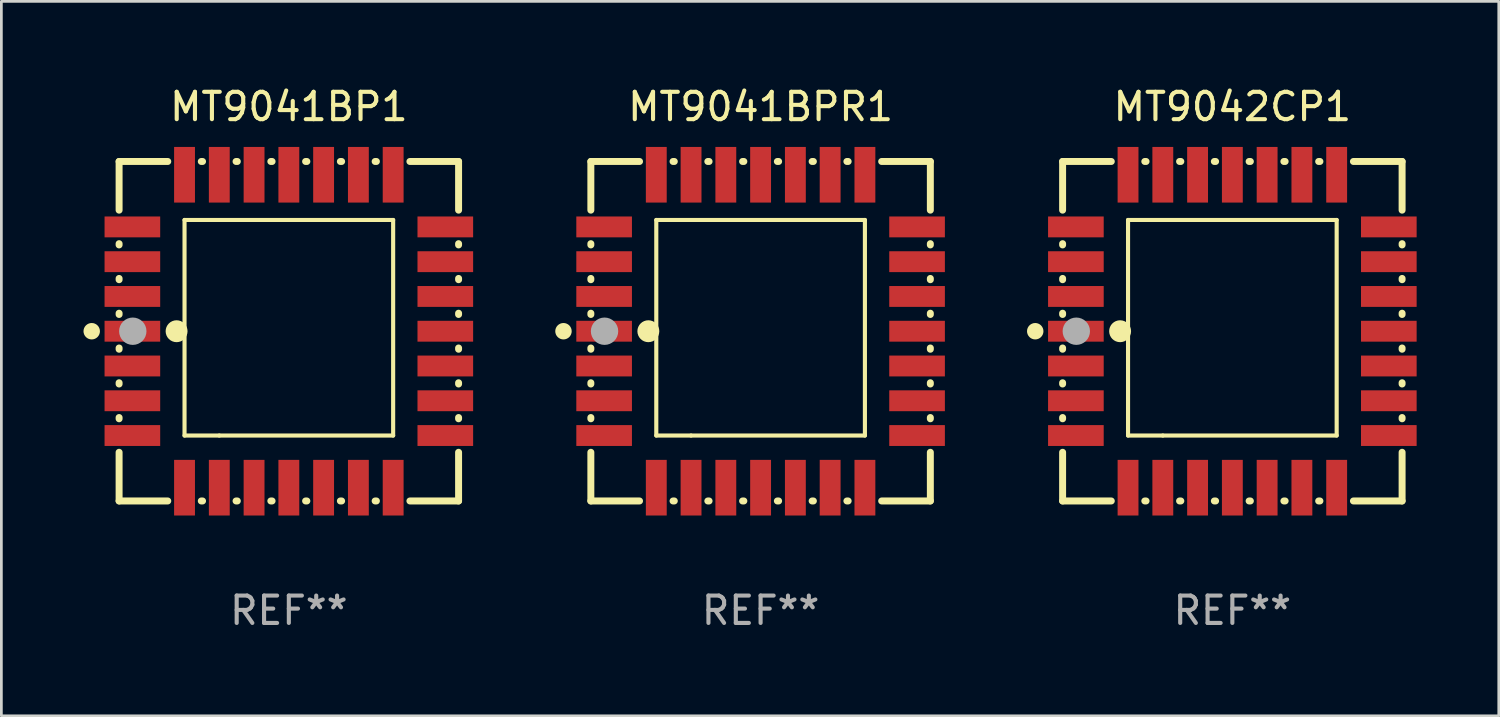
<source format=kicad_pcb>
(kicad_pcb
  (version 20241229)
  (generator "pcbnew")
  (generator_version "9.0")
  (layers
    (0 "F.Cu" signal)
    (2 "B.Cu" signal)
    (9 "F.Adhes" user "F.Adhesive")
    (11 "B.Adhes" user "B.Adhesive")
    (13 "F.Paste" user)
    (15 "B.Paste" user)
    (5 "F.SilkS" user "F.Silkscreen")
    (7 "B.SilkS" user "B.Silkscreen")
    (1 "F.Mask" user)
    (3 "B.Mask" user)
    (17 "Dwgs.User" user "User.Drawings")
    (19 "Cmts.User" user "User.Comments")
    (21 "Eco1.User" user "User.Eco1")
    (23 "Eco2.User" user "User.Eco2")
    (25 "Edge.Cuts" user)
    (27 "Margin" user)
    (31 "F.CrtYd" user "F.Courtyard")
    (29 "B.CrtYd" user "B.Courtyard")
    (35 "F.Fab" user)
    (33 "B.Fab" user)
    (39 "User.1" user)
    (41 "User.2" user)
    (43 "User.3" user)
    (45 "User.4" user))
  (footprint "MT9041BP1"
    (layer "F.Cu")
    (at 7.5 9.048)
    (property "Reference" "MT9041BP1" (at 0 -8.2 0) (layer "F.SilkS") (effects (font (size 1 1) (thickness 0.15))))
    (attr through_hole)
    (fp_line (start -6.2 -6.2) (end -4.422 -6.2) (stroke (width 0.254) (type solid)) (layer "F.SilkS"))
    (fp_line (start -6.2 -4.422) (end -6.2 -6.2) (stroke (width 0.254) (type solid)) (layer "F.SilkS"))
    (fp_line (start -6.2 -3.152) (end -6.2 -3.198) (stroke (width 0.254) (type solid)) (layer "F.SilkS"))
    (fp_line (start -6.2 -1.882) (end -6.2 -1.928) (stroke (width 0.254) (type solid)) (layer "F.SilkS"))
    (fp_line (start -6.2 -0.612) (end -6.2 -0.658) (stroke (width 0.254) (type solid)) (layer "F.SilkS"))
    (fp_line (start -6.2 0.658) (end -6.2 0.612) (stroke (width 0.254) (type solid)) (layer "F.SilkS"))
    (fp_line (start -6.2 1.928) (end -6.2 1.882) (stroke (width 0.254) (type solid)) (layer "F.SilkS"))
    (fp_line (start -6.2 3.198) (end -6.2 3.152) (stroke (width 0.254) (type solid)) (layer "F.SilkS"))
    (fp_line (start -6.2 6.2) (end -6.2 4.422) (stroke (width 0.254) (type solid)) (layer "F.SilkS"))
    (fp_line (start -4.422 6.2) (end -6.2 6.2) (stroke (width 0.254) (type solid)) (layer "F.SilkS"))
    (fp_line (start -3.81 -4.064) (end 3.81 -4.064) (stroke (width 0.15) (type solid)) (layer "F.SilkS"))
    (fp_line (start -3.81 3.81) (end -3.81 -4.064) (stroke (width 0.15) (type solid)) (layer "F.SilkS"))
    (fp_line (start -3.198 -6.2) (end -3.152 -6.2) (stroke (width 0.254) (type solid)) (layer "F.SilkS"))
    (fp_line (start -3.152 6.2) (end -3.198 6.2) (stroke (width 0.254) (type solid)) (layer "F.SilkS"))
    (fp_line (start -2.54 3.81) (end -3.81 3.81) (stroke (width 0.15) (type solid)) (layer "F.SilkS"))
    (fp_line (start -1.928 -6.2) (end -1.882 -6.2) (stroke (width 0.254) (type solid)) (layer "F.SilkS"))
    (fp_line (start -1.882 6.2) (end -1.928 6.2) (stroke (width 0.254) (type solid)) (layer "F.SilkS"))
    (fp_line (start -0.658 -6.2) (end -0.612 -6.2) (stroke (width 0.254) (type solid)) (layer "F.SilkS"))
    (fp_line (start -0.612 6.2) (end -0.658 6.2) (stroke (width 0.254) (type solid)) (layer "F.SilkS"))
    (fp_line (start 0.612 -6.2) (end 0.658 -6.2) (stroke (width 0.254) (type solid)) (layer "F.SilkS"))
    (fp_line (start 0.658 6.2) (end 0.612 6.2) (stroke (width 0.254) (type solid)) (layer "F.SilkS"))
    (fp_line (start 1.882 -6.2) (end 1.928 -6.2) (stroke (width 0.254) (type solid)) (layer "F.SilkS"))
    (fp_line (start 1.928 6.2) (end 1.882 6.2) (stroke (width 0.254) (type solid)) (layer "F.SilkS"))
    (fp_line (start 3.152 -6.2) (end 3.198 -6.2) (stroke (width 0.254) (type solid)) (layer "F.SilkS"))
    (fp_line (start 3.198 6.2) (end 3.152 6.2) (stroke (width 0.254) (type solid)) (layer "F.SilkS"))
    (fp_line (start 3.81 -4.064) (end 3.81 3.81) (stroke (width 0.15) (type solid)) (layer "F.SilkS"))
    (fp_line (start 3.81 3.81) (end -2.54 3.81) (stroke (width 0.15) (type solid)) (layer "F.SilkS"))
    (fp_line (start 4.422 -6.2) (end 6.2 -6.2) (stroke (width 0.254) (type solid)) (layer "F.SilkS"))
    (fp_line (start 6.2 -6.2) (end 6.2 -4.422) (stroke (width 0.254) (type solid)) (layer "F.SilkS"))
    (fp_line (start 6.2 -3.198) (end 6.2 -3.152) (stroke (width 0.254) (type solid)) (layer "F.SilkS"))
    (fp_line (start 6.2 -1.928) (end 6.2 -1.882) (stroke (width 0.254) (type solid)) (layer "F.SilkS"))
    (fp_line (start 6.2 -0.658) (end 6.2 -0.612) (stroke (width 0.254) (type solid)) (layer "F.SilkS"))
    (fp_line (start 6.2 0.612) (end 6.2 0.658) (stroke (width 0.254) (type solid)) (layer "F.SilkS"))
    (fp_line (start 6.2 1.882) (end 6.2 1.928) (stroke (width 0.254) (type solid)) (layer "F.SilkS"))
    (fp_line (start 6.2 3.152) (end 6.2 3.198) (stroke (width 0.254) (type solid)) (layer "F.SilkS"))
    (fp_line (start 6.2 4.422) (end 6.2 6.2) (stroke (width 0.254) (type solid)) (layer "F.SilkS"))
    (fp_line (start 6.2 6.2) (end 4.422 6.2) (stroke (width 0.254) (type solid)) (layer "F.SilkS"))
    (fp_circle (center -7.2 0) (end -7.05 0) (stroke (width 0.3) (type solid)) (fill no) (layer "F.SilkS"))
    (fp_circle (center -6.223 6.223) (end -6.193 6.223) (stroke (width 0.06) (type solid)) (fill no) (layer "F.SilkS"))
    (fp_circle (center -4.1 0) (end -3.9 0) (stroke (width 0.4) (type solid)) (fill no) (layer "F.SilkS"))
    (fp_circle (center -5.7 0) (end -5.45 0) (stroke (width 0.5) (type solid)) (fill no) (layer "F.Fab"))
    (fp_text user "REF**" (at 0 10.2 0) (layer "F.Fab") (effects (font (size 1 1) (thickness 0.15))))
    (pad "1" smd rect (at -5.715 0) (size 2.032 0.762) (layers "F.Cu" "F.Mask" "F.Paste"))
    (pad "2" smd rect (at -5.715 1.27) (size 2.032 0.762) (layers "F.Cu" "F.Mask" "F.Paste"))
    (pad "3" smd rect (at -5.715 2.54) (size 2.032 0.762) (layers "F.Cu" "F.Mask" "F.Paste"))
    (pad "4" smd rect (at -5.715 3.81) (size 2.032 0.762) (layers "F.Cu" "F.Mask" "F.Paste"))
    (pad "5" smd rect (at -3.81 5.715) (size 0.762 2.032) (layers "F.Cu" "F.Mask" "F.Paste"))
    (pad "6" smd rect (at -2.54 5.715) (size 0.762 2.032) (layers "F.Cu" "F.Mask" "F.Paste"))
    (pad "7" smd rect (at -1.27 5.715) (size 0.762 2.032) (layers "F.Cu" "F.Mask" "F.Paste"))
    (pad "8" smd rect (at 0 5.715) (size 0.762 2.032) (layers "F.Cu" "F.Mask" "F.Paste"))
    (pad "9" smd rect (at 1.27 5.715) (size 0.762 2.032) (layers "F.Cu" "F.Mask" "F.Paste"))
    (pad "10" smd rect (at 2.54 5.715) (size 0.762 2.032) (layers "F.Cu" "F.Mask" "F.Paste"))
    (pad "11" smd rect (at 3.81 5.715) (size 0.762 2.032) (layers "F.Cu" "F.Mask" "F.Paste"))
    (pad "12" smd rect (at 5.715 3.81) (size 2.032 0.762) (layers "F.Cu" "F.Mask" "F.Paste"))
    (pad "13" smd rect (at 5.715 2.54) (size 2.032 0.762) (layers "F.Cu" "F.Mask" "F.Paste"))
    (pad "14" smd rect (at 5.715 1.27) (size 2.032 0.762) (layers "F.Cu" "F.Mask" "F.Paste"))
    (pad "15" smd rect (at 5.715 0) (size 2.032 0.762) (layers "F.Cu" "F.Mask" "F.Paste"))
    (pad "16" smd rect (at 5.715 -1.27) (size 2.032 0.762) (layers "F.Cu" "F.Mask" "F.Paste"))
    (pad "17" smd rect (at 5.715 -2.54) (size 2.032 0.762) (layers "F.Cu" "F.Mask" "F.Paste"))
    (pad "18" smd rect (at 5.715 -3.81) (size 2.032 0.762) (layers "F.Cu" "F.Mask" "F.Paste"))
    (pad "19" smd rect (at 3.81 -5.715) (size 0.762 2.032) (layers "F.Cu" "F.Mask" "F.Paste"))
    (pad "20" smd rect (at 2.54 -5.715) (size 0.762 2.032) (layers "F.Cu" "F.Mask" "F.Paste"))
    (pad "21" smd rect (at 1.27 -5.715) (size 0.762 2.032) (layers "F.Cu" "F.Mask" "F.Paste"))
    (pad "22" smd rect (at 0 -5.715) (size 0.762 2.032) (layers "F.Cu" "F.Mask" "F.Paste"))
    (pad "23" smd rect (at -1.27 -5.715) (size 0.762 2.032) (layers "F.Cu" "F.Mask" "F.Paste"))
    (pad "24" smd rect (at -2.54 -5.715) (size 0.762 2.032) (layers "F.Cu" "F.Mask" "F.Paste"))
    (pad "25" smd rect (at -3.81 -5.715) (size 0.762 2.032) (layers "F.Cu" "F.Mask" "F.Paste"))
    (pad "26" smd rect (at -5.715 -3.81) (size 2.032 0.762) (layers "F.Cu" "F.Mask" "F.Paste"))
    (pad "27" smd rect (at -5.715 -2.54) (size 2.032 0.762) (layers "F.Cu" "F.Mask" "F.Paste"))
    (pad "28" smd rect (at -5.715 -1.27) (size 2.032 0.762) (layers "F.Cu" "F.Mask" "F.Paste")))
  (footprint "MT9042CP1"
    (layer "F.Cu")
    (at 41.962 9.048)
    (property "Reference" "MT9042CP1" (at 0 -8.2 0) (layer "F.SilkS") (effects (font (size 1 1) (thickness 0.15))))
    (attr through_hole)
    (fp_line (start -6.2 -6.2) (end -4.422 -6.2) (stroke (width 0.254) (type solid)) (layer "F.SilkS"))
    (fp_line (start -6.2 -4.422) (end -6.2 -6.2) (stroke (width 0.254) (type solid)) (layer "F.SilkS"))
    (fp_line (start -6.2 -3.152) (end -6.2 -3.198) (stroke (width 0.254) (type solid)) (layer "F.SilkS"))
    (fp_line (start -6.2 -1.882) (end -6.2 -1.928) (stroke (width 0.254) (type solid)) (layer "F.SilkS"))
    (fp_line (start -6.2 -0.612) (end -6.2 -0.658) (stroke (width 0.254) (type solid)) (layer "F.SilkS"))
    (fp_line (start -6.2 0.658) (end -6.2 0.612) (stroke (width 0.254) (type solid)) (layer "F.SilkS"))
    (fp_line (start -6.2 1.928) (end -6.2 1.882) (stroke (width 0.254) (type solid)) (layer "F.SilkS"))
    (fp_line (start -6.2 3.198) (end -6.2 3.152) (stroke (width 0.254) (type solid)) (layer "F.SilkS"))
    (fp_line (start -6.2 6.2) (end -6.2 4.422) (stroke (width 0.254) (type solid)) (layer "F.SilkS"))
    (fp_line (start -4.422 6.2) (end -6.2 6.2) (stroke (width 0.254) (type solid)) (layer "F.SilkS"))
    (fp_line (start -3.81 -4.064) (end 3.81 -4.064) (stroke (width 0.15) (type solid)) (layer "F.SilkS"))
    (fp_line (start -3.81 3.81) (end -3.81 -4.064) (stroke (width 0.15) (type solid)) (layer "F.SilkS"))
    (fp_line (start -3.198 -6.2) (end -3.152 -6.2) (stroke (width 0.254) (type solid)) (layer "F.SilkS"))
    (fp_line (start -3.152 6.2) (end -3.198 6.2) (stroke (width 0.254) (type solid)) (layer "F.SilkS"))
    (fp_line (start -2.54 3.81) (end -3.81 3.81) (stroke (width 0.15) (type solid)) (layer "F.SilkS"))
    (fp_line (start -1.928 -6.2) (end -1.882 -6.2) (stroke (width 0.254) (type solid)) (layer "F.SilkS"))
    (fp_line (start -1.882 6.2) (end -1.928 6.2) (stroke (width 0.254) (type solid)) (layer "F.SilkS"))
    (fp_line (start -0.658 -6.2) (end -0.612 -6.2) (stroke (width 0.254) (type solid)) (layer "F.SilkS"))
    (fp_line (start -0.612 6.2) (end -0.658 6.2) (stroke (width 0.254) (type solid)) (layer "F.SilkS"))
    (fp_line (start 0.612 -6.2) (end 0.658 -6.2) (stroke (width 0.254) (type solid)) (layer "F.SilkS"))
    (fp_line (start 0.658 6.2) (end 0.612 6.2) (stroke (width 0.254) (type solid)) (layer "F.SilkS"))
    (fp_line (start 1.882 -6.2) (end 1.928 -6.2) (stroke (width 0.254) (type solid)) (layer "F.SilkS"))
    (fp_line (start 1.928 6.2) (end 1.882 6.2) (stroke (width 0.254) (type solid)) (layer "F.SilkS"))
    (fp_line (start 3.152 -6.2) (end 3.198 -6.2) (stroke (width 0.254) (type solid)) (layer "F.SilkS"))
    (fp_line (start 3.198 6.2) (end 3.152 6.2) (stroke (width 0.254) (type solid)) (layer "F.SilkS"))
    (fp_line (start 3.81 -4.064) (end 3.81 3.81) (stroke (width 0.15) (type solid)) (layer "F.SilkS"))
    (fp_line (start 3.81 3.81) (end -2.54 3.81) (stroke (width 0.15) (type solid)) (layer "F.SilkS"))
    (fp_line (start 4.422 -6.2) (end 6.2 -6.2) (stroke (width 0.254) (type solid)) (layer "F.SilkS"))
    (fp_line (start 6.2 -6.2) (end 6.2 -4.422) (stroke (width 0.254) (type solid)) (layer "F.SilkS"))
    (fp_line (start 6.2 -3.198) (end 6.2 -3.152) (stroke (width 0.254) (type solid)) (layer "F.SilkS"))
    (fp_line (start 6.2 -1.928) (end 6.2 -1.882) (stroke (width 0.254) (type solid)) (layer "F.SilkS"))
    (fp_line (start 6.2 -0.658) (end 6.2 -0.612) (stroke (width 0.254) (type solid)) (layer "F.SilkS"))
    (fp_line (start 6.2 0.612) (end 6.2 0.658) (stroke (width 0.254) (type solid)) (layer "F.SilkS"))
    (fp_line (start 6.2 1.882) (end 6.2 1.928) (stroke (width 0.254) (type solid)) (layer "F.SilkS"))
    (fp_line (start 6.2 3.152) (end 6.2 3.198) (stroke (width 0.254) (type solid)) (layer "F.SilkS"))
    (fp_line (start 6.2 4.422) (end 6.2 6.2) (stroke (width 0.254) (type solid)) (layer "F.SilkS"))
    (fp_line (start 6.2 6.2) (end 4.422 6.2) (stroke (width 0.254) (type solid)) (layer "F.SilkS"))
    (fp_circle (center -7.2 0) (end -7.05 0) (stroke (width 0.3) (type solid)) (fill no) (layer "F.SilkS"))
    (fp_circle (center -6.223 6.223) (end -6.193 6.223) (stroke (width 0.06) (type solid)) (fill no) (layer "F.SilkS"))
    (fp_circle (center -4.1 0) (end -3.9 0) (stroke (width 0.4) (type solid)) (fill no) (layer "F.SilkS"))
    (fp_circle (center -5.7 0) (end -5.45 0) (stroke (width 0.5) (type solid)) (fill no) (layer "F.Fab"))
    (fp_text user "REF**" (at 0 10.2 0) (layer "F.Fab") (effects (font (size 1 1) (thickness 0.15))))
    (pad "1" smd rect (at -5.715 0) (size 2.032 0.762) (layers "F.Cu" "F.Mask" "F.Paste"))
    (pad "2" smd rect (at -5.715 1.27) (size 2.032 0.762) (layers "F.Cu" "F.Mask" "F.Paste"))
    (pad "3" smd rect (at -5.715 2.54) (size 2.032 0.762) (layers "F.Cu" "F.Mask" "F.Paste"))
    (pad "4" smd rect (at -5.715 3.81) (size 2.032 0.762) (layers "F.Cu" "F.Mask" "F.Paste"))
    (pad "5" smd rect (at -3.81 5.715) (size 0.762 2.032) (layers "F.Cu" "F.Mask" "F.Paste"))
    (pad "6" smd rect (at -2.54 5.715) (size 0.762 2.032) (layers "F.Cu" "F.Mask" "F.Paste"))
    (pad "7" smd rect (at -1.27 5.715) (size 0.762 2.032) (layers "F.Cu" "F.Mask" "F.Paste"))
    (pad "8" smd rect (at 0 5.715) (size 0.762 2.032) (layers "F.Cu" "F.Mask" "F.Paste"))
    (pad "9" smd rect (at 1.27 5.715) (size 0.762 2.032) (layers "F.Cu" "F.Mask" "F.Paste"))
    (pad "10" smd rect (at 2.54 5.715) (size 0.762 2.032) (layers "F.Cu" "F.Mask" "F.Paste"))
    (pad "11" smd rect (at 3.81 5.715) (size 0.762 2.032) (layers "F.Cu" "F.Mask" "F.Paste"))
    (pad "12" smd rect (at 5.715 3.81) (size 2.032 0.762) (layers "F.Cu" "F.Mask" "F.Paste"))
    (pad "13" smd rect (at 5.715 2.54) (size 2.032 0.762) (layers "F.Cu" "F.Mask" "F.Paste"))
    (pad "14" smd rect (at 5.715 1.27) (size 2.032 0.762) (layers "F.Cu" "F.Mask" "F.Paste"))
    (pad "15" smd rect (at 5.715 0) (size 2.032 0.762) (layers "F.Cu" "F.Mask" "F.Paste"))
    (pad "16" smd rect (at 5.715 -1.27) (size 2.032 0.762) (layers "F.Cu" "F.Mask" "F.Paste"))
    (pad "17" smd rect (at 5.715 -2.54) (size 2.032 0.762) (layers "F.Cu" "F.Mask" "F.Paste"))
    (pad "18" smd rect (at 5.715 -3.81) (size 2.032 0.762) (layers "F.Cu" "F.Mask" "F.Paste"))
    (pad "19" smd rect (at 3.81 -5.715) (size 0.762 2.032) (layers "F.Cu" "F.Mask" "F.Paste"))
    (pad "20" smd rect (at 2.54 -5.715) (size 0.762 2.032) (layers "F.Cu" "F.Mask" "F.Paste"))
    (pad "21" smd rect (at 1.27 -5.715) (size 0.762 2.032) (layers "F.Cu" "F.Mask" "F.Paste"))
    (pad "22" smd rect (at 0 -5.715) (size 0.762 2.032) (layers "F.Cu" "F.Mask" "F.Paste"))
    (pad "23" smd rect (at -1.27 -5.715) (size 0.762 2.032) (layers "F.Cu" "F.Mask" "F.Paste"))
    (pad "24" smd rect (at -2.54 -5.715) (size 0.762 2.032) (layers "F.Cu" "F.Mask" "F.Paste"))
    (pad "25" smd rect (at -3.81 -5.715) (size 0.762 2.032) (layers "F.Cu" "F.Mask" "F.Paste"))
    (pad "26" smd rect (at -5.715 -3.81) (size 2.032 0.762) (layers "F.Cu" "F.Mask" "F.Paste"))
    (pad "27" smd rect (at -5.715 -2.54) (size 2.032 0.762) (layers "F.Cu" "F.Mask" "F.Paste"))
    (pad "28" smd rect (at -5.715 -1.27) (size 2.032 0.762) (layers "F.Cu" "F.Mask" "F.Paste")))
  (footprint "MT9041BPR1"
    (layer "F.Cu")
    (at 24.731 9.048)
    (property "Reference" "MT9041BPR1" (at 0 -8.2 0) (layer "F.SilkS") (effects (font (size 1 1) (thickness 0.15))))
    (attr through_hole)
    (fp_line (start -6.2 -6.2) (end -4.422 -6.2) (stroke (width 0.254) (type solid)) (layer "F.SilkS"))
    (fp_line (start -6.2 -4.422) (end -6.2 -6.2) (stroke (width 0.254) (type solid)) (layer "F.SilkS"))
    (fp_line (start -6.2 -3.152) (end -6.2 -3.198) (stroke (width 0.254) (type solid)) (layer "F.SilkS"))
    (fp_line (start -6.2 -1.882) (end -6.2 -1.928) (stroke (width 0.254) (type solid)) (layer "F.SilkS"))
    (fp_line (start -6.2 -0.612) (end -6.2 -0.658) (stroke (width 0.254) (type solid)) (layer "F.SilkS"))
    (fp_line (start -6.2 0.658) (end -6.2 0.612) (stroke (width 0.254) (type solid)) (layer "F.SilkS"))
    (fp_line (start -6.2 1.928) (end -6.2 1.882) (stroke (width 0.254) (type solid)) (layer "F.SilkS"))
    (fp_line (start -6.2 3.198) (end -6.2 3.152) (stroke (width 0.254) (type solid)) (layer "F.SilkS"))
    (fp_line (start -6.2 6.2) (end -6.2 4.422) (stroke (width 0.254) (type solid)) (layer "F.SilkS"))
    (fp_line (start -4.422 6.2) (end -6.2 6.2) (stroke (width 0.254) (type solid)) (layer "F.SilkS"))
    (fp_line (start -3.81 -4.064) (end 3.81 -4.064) (stroke (width 0.15) (type solid)) (layer "F.SilkS"))
    (fp_line (start -3.81 3.81) (end -3.81 -4.064) (stroke (width 0.15) (type solid)) (layer "F.SilkS"))
    (fp_line (start -3.198 -6.2) (end -3.152 -6.2) (stroke (width 0.254) (type solid)) (layer "F.SilkS"))
    (fp_line (start -3.152 6.2) (end -3.198 6.2) (stroke (width 0.254) (type solid)) (layer "F.SilkS"))
    (fp_line (start -2.54 3.81) (end -3.81 3.81) (stroke (width 0.15) (type solid)) (layer "F.SilkS"))
    (fp_line (start -1.928 -6.2) (end -1.882 -6.2) (stroke (width 0.254) (type solid)) (layer "F.SilkS"))
    (fp_line (start -1.882 6.2) (end -1.928 6.2) (stroke (width 0.254) (type solid)) (layer "F.SilkS"))
    (fp_line (start -0.658 -6.2) (end -0.612 -6.2) (stroke (width 0.254) (type solid)) (layer "F.SilkS"))
    (fp_line (start -0.612 6.2) (end -0.658 6.2) (stroke (width 0.254) (type solid)) (layer "F.SilkS"))
    (fp_line (start 0.612 -6.2) (end 0.658 -6.2) (stroke (width 0.254) (type solid)) (layer "F.SilkS"))
    (fp_line (start 0.658 6.2) (end 0.612 6.2) (stroke (width 0.254) (type solid)) (layer "F.SilkS"))
    (fp_line (start 1.882 -6.2) (end 1.928 -6.2) (stroke (width 0.254) (type solid)) (layer "F.SilkS"))
    (fp_line (start 1.928 6.2) (end 1.882 6.2) (stroke (width 0.254) (type solid)) (layer "F.SilkS"))
    (fp_line (start 3.152 -6.2) (end 3.198 -6.2) (stroke (width 0.254) (type solid)) (layer "F.SilkS"))
    (fp_line (start 3.198 6.2) (end 3.152 6.2) (stroke (width 0.254) (type solid)) (layer "F.SilkS"))
    (fp_line (start 3.81 -4.064) (end 3.81 3.81) (stroke (width 0.15) (type solid)) (layer "F.SilkS"))
    (fp_line (start 3.81 3.81) (end -2.54 3.81) (stroke (width 0.15) (type solid)) (layer "F.SilkS"))
    (fp_line (start 4.422 -6.2) (end 6.2 -6.2) (stroke (width 0.254) (type solid)) (layer "F.SilkS"))
    (fp_line (start 6.2 -6.2) (end 6.2 -4.422) (stroke (width 0.254) (type solid)) (layer "F.SilkS"))
    (fp_line (start 6.2 -3.198) (end 6.2 -3.152) (stroke (width 0.254) (type solid)) (layer "F.SilkS"))
    (fp_line (start 6.2 -1.928) (end 6.2 -1.882) (stroke (width 0.254) (type solid)) (layer "F.SilkS"))
    (fp_line (start 6.2 -0.658) (end 6.2 -0.612) (stroke (width 0.254) (type solid)) (layer "F.SilkS"))
    (fp_line (start 6.2 0.612) (end 6.2 0.658) (stroke (width 0.254) (type solid)) (layer "F.SilkS"))
    (fp_line (start 6.2 1.882) (end 6.2 1.928) (stroke (width 0.254) (type solid)) (layer "F.SilkS"))
    (fp_line (start 6.2 3.152) (end 6.2 3.198) (stroke (width 0.254) (type solid)) (layer "F.SilkS"))
    (fp_line (start 6.2 4.422) (end 6.2 6.2) (stroke (width 0.254) (type solid)) (layer "F.SilkS"))
    (fp_line (start 6.2 6.2) (end 4.422 6.2) (stroke (width 0.254) (type solid)) (layer "F.SilkS"))
    (fp_circle (center -7.2 0) (end -7.05 0) (stroke (width 0.3) (type solid)) (fill no) (layer "F.SilkS"))
    (fp_circle (center -6.223 6.223) (end -6.193 6.223) (stroke (width 0.06) (type solid)) (fill no) (layer "F.SilkS"))
    (fp_circle (center -4.1 0) (end -3.9 0) (stroke (width 0.4) (type solid)) (fill no) (layer "F.SilkS"))
    (fp_circle (center -5.7 0) (end -5.45 0) (stroke (width 0.5) (type solid)) (fill no) (layer "F.Fab"))
    (fp_text user "REF**" (at 0 10.2 0) (layer "F.Fab") (effects (font (size 1 1) (thickness 0.15))))
    (pad "1" smd rect (at -5.715 0) (size 2.032 0.762) (layers "F.Cu" "F.Mask" "F.Paste"))
    (pad "2" smd rect (at -5.715 1.27) (size 2.032 0.762) (layers "F.Cu" "F.Mask" "F.Paste"))
    (pad "3" smd rect (at -5.715 2.54) (size 2.032 0.762) (layers "F.Cu" "F.Mask" "F.Paste"))
    (pad "4" smd rect (at -5.715 3.81) (size 2.032 0.762) (layers "F.Cu" "F.Mask" "F.Paste"))
    (pad "5" smd rect (at -3.81 5.715) (size 0.762 2.032) (layers "F.Cu" "F.Mask" "F.Paste"))
    (pad "6" smd rect (at -2.54 5.715) (size 0.762 2.032) (layers "F.Cu" "F.Mask" "F.Paste"))
    (pad "7" smd rect (at -1.27 5.715) (size 0.762 2.032) (layers "F.Cu" "F.Mask" "F.Paste"))
    (pad "8" smd rect (at 0 5.715) (size 0.762 2.032) (layers "F.Cu" "F.Mask" "F.Paste"))
    (pad "9" smd rect (at 1.27 5.715) (size 0.762 2.032) (layers "F.Cu" "F.Mask" "F.Paste"))
    (pad "10" smd rect (at 2.54 5.715) (size 0.762 2.032) (layers "F.Cu" "F.Mask" "F.Paste"))
    (pad "11" smd rect (at 3.81 5.715) (size 0.762 2.032) (layers "F.Cu" "F.Mask" "F.Paste"))
    (pad "12" smd rect (at 5.715 3.81) (size 2.032 0.762) (layers "F.Cu" "F.Mask" "F.Paste"))
    (pad "13" smd rect (at 5.715 2.54) (size 2.032 0.762) (layers "F.Cu" "F.Mask" "F.Paste"))
    (pad "14" smd rect (at 5.715 1.27) (size 2.032 0.762) (layers "F.Cu" "F.Mask" "F.Paste"))
    (pad "15" smd rect (at 5.715 0) (size 2.032 0.762) (layers "F.Cu" "F.Mask" "F.Paste"))
    (pad "16" smd rect (at 5.715 -1.27) (size 2.032 0.762) (layers "F.Cu" "F.Mask" "F.Paste"))
    (pad "17" smd rect (at 5.715 -2.54) (size 2.032 0.762) (layers "F.Cu" "F.Mask" "F.Paste"))
    (pad "18" smd rect (at 5.715 -3.81) (size 2.032 0.762) (layers "F.Cu" "F.Mask" "F.Paste"))
    (pad "19" smd rect (at 3.81 -5.715) (size 0.762 2.032) (layers "F.Cu" "F.Mask" "F.Paste"))
    (pad "20" smd rect (at 2.54 -5.715) (size 0.762 2.032) (layers "F.Cu" "F.Mask" "F.Paste"))
    (pad "21" smd rect (at 1.27 -5.715) (size 0.762 2.032) (layers "F.Cu" "F.Mask" "F.Paste"))
    (pad "22" smd rect (at 0 -5.715) (size 0.762 2.032) (layers "F.Cu" "F.Mask" "F.Paste"))
    (pad "23" smd rect (at -1.27 -5.715) (size 0.762 2.032) (layers "F.Cu" "F.Mask" "F.Paste"))
    (pad "24" smd rect (at -2.54 -5.715) (size 0.762 2.032) (layers "F.Cu" "F.Mask" "F.Paste"))
    (pad "25" smd rect (at -3.81 -5.715) (size 0.762 2.032) (layers "F.Cu" "F.Mask" "F.Paste"))
    (pad "26" smd rect (at -5.715 -3.81) (size 2.032 0.762) (layers "F.Cu" "F.Mask" "F.Paste"))
    (pad "27" smd rect (at -5.715 -2.54) (size 2.032 0.762) (layers "F.Cu" "F.Mask" "F.Paste"))
    (pad "28" smd rect (at -5.715 -1.27) (size 2.032 0.762) (layers "F.Cu" "F.Mask" "F.Paste")))
  (gr_rect
    (start -3 -3)
    (end 51.693 23.096)
    (stroke (width 0.1) (type default))
    (fill no)
    (layer "Edge.Cuts")))
</source>
